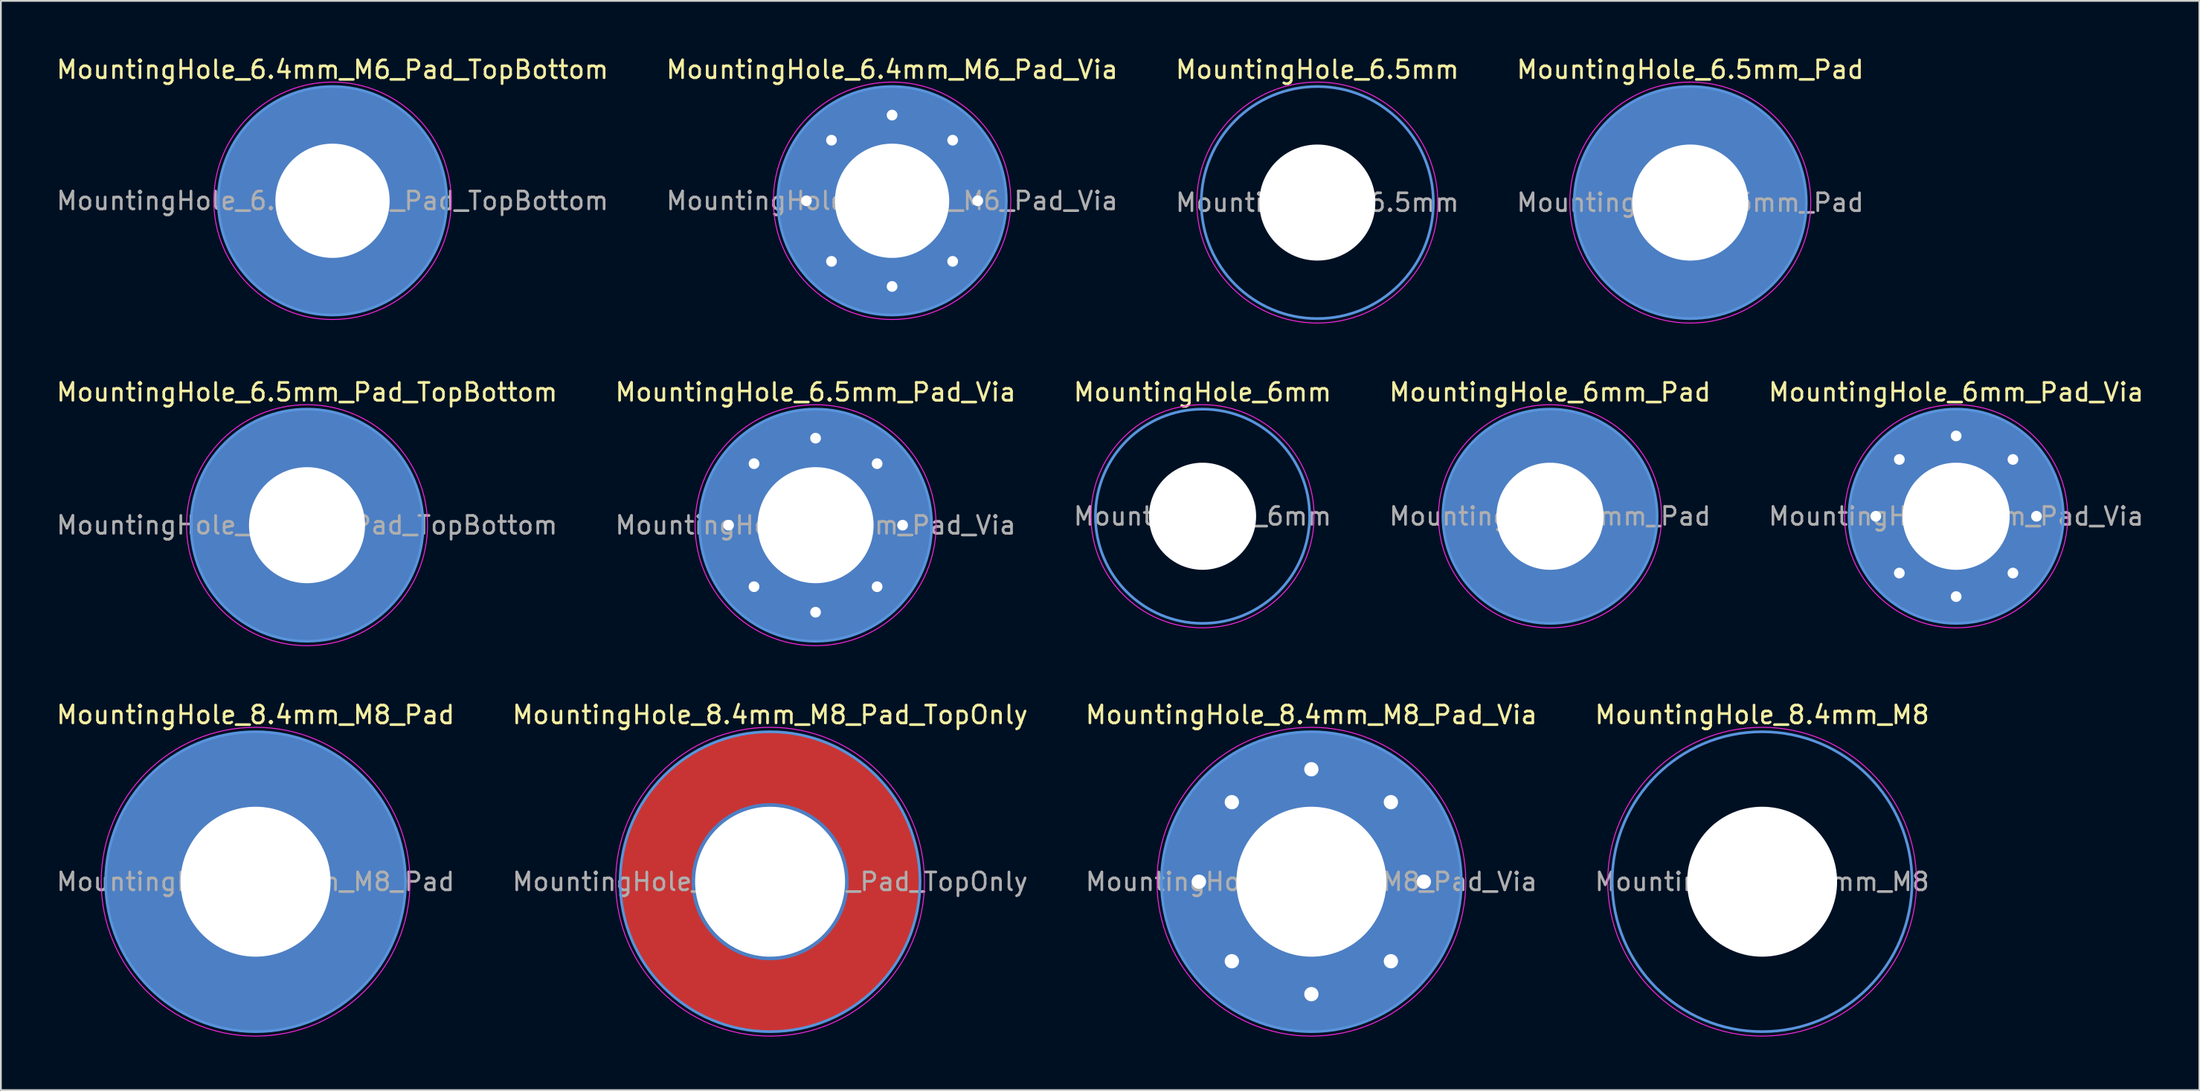
<source format=kicad_pcb>
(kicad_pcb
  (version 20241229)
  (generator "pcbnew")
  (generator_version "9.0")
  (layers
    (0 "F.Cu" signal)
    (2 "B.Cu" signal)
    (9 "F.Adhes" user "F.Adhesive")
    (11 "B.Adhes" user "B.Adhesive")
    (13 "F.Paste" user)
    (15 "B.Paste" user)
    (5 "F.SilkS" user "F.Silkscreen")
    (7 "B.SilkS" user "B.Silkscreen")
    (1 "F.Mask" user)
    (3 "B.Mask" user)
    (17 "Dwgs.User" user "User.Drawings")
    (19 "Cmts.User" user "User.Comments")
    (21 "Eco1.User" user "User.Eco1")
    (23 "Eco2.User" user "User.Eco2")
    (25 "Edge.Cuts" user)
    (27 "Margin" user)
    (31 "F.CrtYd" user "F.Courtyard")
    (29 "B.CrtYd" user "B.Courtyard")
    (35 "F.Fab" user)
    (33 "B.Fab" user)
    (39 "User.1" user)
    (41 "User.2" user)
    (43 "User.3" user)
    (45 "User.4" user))
  (footprint "MountingHole_6.5mm_Pad_TopBottom"
    (layer "F.Cu")
    (at 14.149 26.372)
    (property "Reference" "MountingHole_6.5mm_Pad_TopBottom" (at 0 -7.45 0) (layer "F.SilkS") (effects (font (size 1 1) (thickness 0.15))))
    (attr exclude_from_pos_files exclude_from_bom)
    (fp_circle (center 0 0) (end 6.5 0) (stroke (width 0.15) (type solid)) (fill no) (layer "Cmts.User"))
    (fp_circle (center 0 0) (end 6.75 0) (stroke (width 0.05) (type solid)) (fill no) (layer "F.CrtYd"))
    (fp_text user "${REFERENCE}" (at 0 0 0) (layer "F.Fab") (effects (font (size 1 1) (thickness 0.15))))
    (pad "1" thru_hole circle (at 0 0) (size 6.9 6.9) (drill 6.5) (layers "*.Cu" "*.Mask"))
    (pad "1" connect circle (at 0 0) (size 13 13) (layers "F.Cu" "F.Mask"))
    (pad "1" connect circle (at 0 0) (size 13 13) (layers "B.Cu" "B.Mask")))
  (footprint "MountingHole_6.5mm_Pad_Via"
    (layer "F.Cu")
    (at 42.637 26.372)
    (property "Reference" "MountingHole_6.5mm_Pad_Via" (at 0 -7.45 0) (layer "F.SilkS") (effects (font (size 1 1) (thickness 0.15))))
    (attr exclude_from_pos_files exclude_from_bom)
    (fp_circle (center 0 0) (end 6.5 0) (stroke (width 0.15) (type solid)) (fill no) (layer "Cmts.User"))
    (fp_circle (center 0 0) (end 6.75 0) (stroke (width 0.05) (type solid)) (fill no) (layer "F.CrtYd"))
    (fp_text user "${REFERENCE}" (at 0 0 0) (layer "F.Fab") (effects (font (size 1 1) (thickness 0.15))))
    (pad "1" thru_hole circle (at -4.875 0) (size 0.9 0.9) (drill 0.6) (layers "*.Cu" "*.Mask"))
    (pad "1" thru_hole circle (at -3.447 -3.447) (size 0.9 0.9) (drill 0.6) (layers "*.Cu" "*.Mask"))
    (pad "1" thru_hole circle (at -3.447 3.447) (size 0.9 0.9) (drill 0.6) (layers "*.Cu" "*.Mask"))
    (pad "1" thru_hole circle (at 0 -4.875) (size 0.9 0.9) (drill 0.6) (layers "*.Cu" "*.Mask"))
    (pad "1" thru_hole circle (at 0 0) (size 13 13) (drill 6.5) (layers "*.Cu" "*.Mask"))
    (pad "1" thru_hole circle (at 0 4.875) (size 0.9 0.9) (drill 0.6) (layers "*.Cu" "*.Mask"))
    (pad "1" thru_hole circle (at 3.447 -3.447) (size 0.9 0.9) (drill 0.6) (layers "*.Cu" "*.Mask"))
    (pad "1" thru_hole circle (at 3.447 3.447) (size 0.9 0.9) (drill 0.6) (layers "*.Cu" "*.Mask"))
    (pad "1" thru_hole circle (at 4.875 0) (size 0.9 0.9) (drill 0.6) (layers "*.Cu" "*.Mask")))
  (footprint "MountingHole_6mm_Pad_Via"
    (layer "F.Cu")
    (at 106.53 25.872)
    (property "Reference" "MountingHole_6mm_Pad_Via" (at 0 -6.95 0) (layer "F.SilkS") (effects (font (size 1 1) (thickness 0.15))))
    (attr exclude_from_pos_files exclude_from_bom)
    (fp_circle (center 0 0) (end 6 0) (stroke (width 0.15) (type solid)) (fill no) (layer "Cmts.User"))
    (fp_circle (center 0 0) (end 6.25 0) (stroke (width 0.05) (type solid)) (fill no) (layer "F.CrtYd"))
    (fp_text user "${REFERENCE}" (at 0 0 0) (layer "F.Fab") (effects (font (size 1 1) (thickness 0.15))))
    (pad "1" thru_hole circle (at -4.5 0) (size 0.9 0.9) (drill 0.6) (layers "*.Cu" "*.Mask"))
    (pad "1" thru_hole circle (at -3.182 -3.182) (size 0.9 0.9) (drill 0.6) (layers "*.Cu" "*.Mask"))
    (pad "1" thru_hole circle (at -3.182 3.182) (size 0.9 0.9) (drill 0.6) (layers "*.Cu" "*.Mask"))
    (pad "1" thru_hole circle (at 0 -4.5) (size 0.9 0.9) (drill 0.6) (layers "*.Cu" "*.Mask"))
    (pad "1" thru_hole circle (at 0 0) (size 12 12) (drill 6) (layers "*.Cu" "*.Mask"))
    (pad "1" thru_hole circle (at 0 4.5) (size 0.9 0.9) (drill 0.6) (layers "*.Cu" "*.Mask"))
    (pad "1" thru_hole circle (at 3.182 -3.182) (size 0.9 0.9) (drill 0.6) (layers "*.Cu" "*.Mask"))
    (pad "1" thru_hole circle (at 3.182 3.182) (size 0.9 0.9) (drill 0.6) (layers "*.Cu" "*.Mask"))
    (pad "1" thru_hole circle (at 4.5 0) (size 0.9 0.9) (drill 0.6) (layers "*.Cu" "*.Mask")))
  (footprint "MountingHole_6.4mm_M6_Pad_Via"
    (layer "F.Cu")
    (at 46.923 8.198)
    (property "Reference" "MountingHole_6.4mm_M6_Pad_Via" (at 0 -7.35 0) (layer "F.SilkS") (effects (font (size 1 1) (thickness 0.15))))
    (attr exclude_from_pos_files exclude_from_bom)
    (fp_circle (center 0 0) (end 6.4 0) (stroke (width 0.15) (type solid)) (fill no) (layer "Cmts.User"))
    (fp_circle (center 0 0) (end 6.65 0) (stroke (width 0.05) (type solid)) (fill no) (layer "F.CrtYd"))
    (fp_text user "${REFERENCE}" (at 0 0 0) (layer "F.Fab") (effects (font (size 1 1) (thickness 0.15))))
    (pad "1" thru_hole circle (at -4.8 0) (size 0.9 0.9) (drill 0.6) (layers "*.Cu" "*.Mask"))
    (pad "1" thru_hole circle (at -3.394 -3.394) (size 0.9 0.9) (drill 0.6) (layers "*.Cu" "*.Mask"))
    (pad "1" thru_hole circle (at -3.394 3.394) (size 0.9 0.9) (drill 0.6) (layers "*.Cu" "*.Mask"))
    (pad "1" thru_hole circle (at 0 -4.8) (size 0.9 0.9) (drill 0.6) (layers "*.Cu" "*.Mask"))
    (pad "1" thru_hole circle (at 0 0) (size 12.8 12.8) (drill 6.4) (layers "*.Cu" "*.Mask"))
    (pad "1" thru_hole circle (at 0 4.8) (size 0.9 0.9) (drill 0.6) (layers "*.Cu" "*.Mask"))
    (pad "1" thru_hole circle (at 3.394 -3.394) (size 0.9 0.9) (drill 0.6) (layers "*.Cu" "*.Mask"))
    (pad "1" thru_hole circle (at 3.394 3.394) (size 0.9 0.9) (drill 0.6) (layers "*.Cu" "*.Mask"))
    (pad "1" thru_hole circle (at 4.8 0) (size 0.9 0.9) (drill 0.6) (layers "*.Cu" "*.Mask")))
  (footprint "MountingHole_8.4mm_M8_Pad"
    (layer "F.Cu")
    (at 11.268 46.345)
    (property "Reference" "MountingHole_8.4mm_M8_Pad" (at 0 -9.35 0) (layer "F.SilkS") (effects (font (size 1 1) (thickness 0.15))))
    (attr exclude_from_pos_files exclude_from_bom)
    (fp_circle (center 0 0) (end 8.4 0) (stroke (width 0.15) (type solid)) (fill no) (layer "Cmts.User"))
    (fp_circle (center 0 0) (end 8.65 0) (stroke (width 0.05) (type solid)) (fill no) (layer "F.CrtYd"))
    (fp_text user "${REFERENCE}" (at 0 0 0) (layer "F.Fab") (effects (font (size 1 1) (thickness 0.15))))
    (pad "1" thru_hole circle (at 0 0) (size 16.8 16.8) (drill 8.4) (layers "*.Cu" "*.Mask")))
  (footprint "MountingHole_8.4mm_M8_Pad_TopOnly"
    (layer "F.Cu")
    (at 40.089 46.345)
    (property "Reference" "MountingHole_8.4mm_M8_Pad_TopOnly" (at 0 -9.35 0) (layer "F.SilkS") (effects (font (size 1 1) (thickness 0.15))))
    (attr exclude_from_pos_files exclude_from_bom)
    (fp_circle (center 0 0) (end 8.4 0) (stroke (width 0.15) (type solid)) (fill no) (layer "Cmts.User"))
    (fp_circle (center 0 0) (end 8.65 0) (stroke (width 0.05) (type solid)) (fill no) (layer "F.CrtYd"))
    (fp_text user "${REFERENCE}" (at 0 0 0) (layer "F.Fab") (effects (font (size 1 1) (thickness 0.15))))
    (pad "1" thru_hole circle (at 0 0) (size 8.8 8.8) (drill 8.4) (layers "*.Cu" "*.Mask"))
    (pad "1" connect circle (at 0 0) (size 16.8 16.8) (layers "F.Cu" "F.Mask")))
  (footprint "MountingHole_6mm_Pad"
    (layer "F.Cu")
    (at 83.78 25.872)
    (property "Reference" "MountingHole_6mm_Pad" (at 0 -6.95 0) (layer "F.SilkS") (effects (font (size 1 1) (thickness 0.15))))
    (attr exclude_from_pos_files exclude_from_bom)
    (fp_circle (center 0 0) (end 6 0) (stroke (width 0.15) (type solid)) (fill no) (layer "Cmts.User"))
    (fp_circle (center 0 0) (end 6.25 0) (stroke (width 0.05) (type solid)) (fill no) (layer "F.CrtYd"))
    (fp_text user "${REFERENCE}" (at 0 0 0) (layer "F.Fab") (effects (font (size 1 1) (thickness 0.15))))
    (pad "1" thru_hole circle (at 0 0) (size 12 12) (drill 6) (layers "*.Cu" "*.Mask")))
  (footprint "MountingHole_8.4mm_M8_Pad_Via"
    (layer "F.Cu")
    (at 70.411 46.345)
    (property "Reference" "MountingHole_8.4mm_M8_Pad_Via" (at 0 -9.35 0) (layer "F.SilkS") (effects (font (size 1 1) (thickness 0.15))))
    (attr exclude_from_pos_files exclude_from_bom)
    (fp_circle (center 0 0) (end 8.4 0) (stroke (width 0.15) (type solid)) (fill no) (layer "Cmts.User"))
    (fp_circle (center 0 0) (end 8.65 0) (stroke (width 0.05) (type solid)) (fill no) (layer "F.CrtYd"))
    (fp_text user "${REFERENCE}" (at 0 0 0) (layer "F.Fab") (effects (font (size 1 1) (thickness 0.15))))
    (pad "1" thru_hole circle (at -6.3 0) (size 1.1 1.1) (drill 0.8) (layers "*.Cu" "*.Mask"))
    (pad "1" thru_hole circle (at -4.455 -4.455) (size 1.1 1.1) (drill 0.8) (layers "*.Cu" "*.Mask"))
    (pad "1" thru_hole circle (at -4.455 4.455) (size 1.1 1.1) (drill 0.8) (layers "*.Cu" "*.Mask"))
    (pad "1" thru_hole circle (at 0 -6.3) (size 1.1 1.1) (drill 0.8) (layers "*.Cu" "*.Mask"))
    (pad "1" thru_hole circle (at 0 0) (size 16.8 16.8) (drill 8.4) (layers "*.Cu" "*.Mask"))
    (pad "1" thru_hole circle (at 0 6.3) (size 1.1 1.1) (drill 0.8) (layers "*.Cu" "*.Mask"))
    (pad "1" thru_hole circle (at 4.455 -4.455) (size 1.1 1.1) (drill 0.8) (layers "*.Cu" "*.Mask"))
    (pad "1" thru_hole circle (at 4.455 4.455) (size 1.1 1.1) (drill 0.8) (layers "*.Cu" "*.Mask"))
    (pad "1" thru_hole circle (at 6.3 0) (size 1.1 1.1) (drill 0.8) (layers "*.Cu" "*.Mask")))
  (footprint "MountingHole_6.4mm_M6_Pad_TopBottom"
    (layer "F.Cu")
    (at 15.577 8.198)
    (property "Reference" "MountingHole_6.4mm_M6_Pad_TopBottom" (at 0 -7.35 0) (layer "F.SilkS") (effects (font (size 1 1) (thickness 0.15))))
    (attr exclude_from_pos_files exclude_from_bom)
    (fp_circle (center 0 0) (end 6.4 0) (stroke (width 0.15) (type solid)) (fill no) (layer "Cmts.User"))
    (fp_circle (center 0 0) (end 6.65 0) (stroke (width 0.05) (type solid)) (fill no) (layer "F.CrtYd"))
    (fp_text user "${REFERENCE}" (at 0 0 0) (layer "F.Fab") (effects (font (size 1 1) (thickness 0.15))))
    (pad "1" thru_hole circle (at 0 0) (size 6.8 6.8) (drill 6.4) (layers "*.Cu" "*.Mask"))
    (pad "1" connect circle (at 0 0) (size 12.8 12.8) (layers "F.Cu" "F.Mask"))
    (pad "1" connect circle (at 0 0) (size 12.8 12.8) (layers "B.Cu" "B.Mask")))
  (footprint "MountingHole_8.4mm_M8"
    (layer "F.Cu")
    (at 95.661 46.345)
    (property "Reference" "MountingHole_8.4mm_M8" (at 0 -9.35 0) (layer "F.SilkS") (effects (font (size 1 1) (thickness 0.15))))
    (attr exclude_from_pos_files exclude_from_bom)
    (fp_circle (center 0 0) (end 8.4 0) (stroke (width 0.15) (type solid)) (fill no) (layer "Cmts.User"))
    (fp_circle (center 0 0) (end 8.65 0) (stroke (width 0.05) (type solid)) (fill no) (layer "F.CrtYd"))
    (fp_text user "${REFERENCE}" (at 0 0 0) (layer "F.Fab") (effects (font (size 1 1) (thickness 0.15))))
    (pad "" np_thru_hole circle (at 0 0) (size 8.4 8.4) (drill 8.4) (layers "*.Cu" "*.Mask")))
  (footprint "MountingHole_6mm"
    (layer "F.Cu")
    (at 64.315 25.872)
    (property "Reference" "MountingHole_6mm" (at 0 -6.95 0) (layer "F.SilkS") (effects (font (size 1 1) (thickness 0.15))))
    (attr exclude_from_pos_files exclude_from_bom)
    (fp_circle (center 0 0) (end 6 0) (stroke (width 0.15) (type solid)) (fill no) (layer "Cmts.User"))
    (fp_circle (center 0 0) (end 6.25 0) (stroke (width 0.05) (type solid)) (fill no) (layer "F.CrtYd"))
    (fp_text user "${REFERENCE}" (at 0 0 0) (layer "F.Fab") (effects (font (size 1 1) (thickness 0.15))))
    (pad "" np_thru_hole circle (at 0 0) (size 6 6) (drill 6) (layers "*.Cu" "*.Mask")))
  (footprint "MountingHole_6.5mm"
    (layer "F.Cu")
    (at 70.744 8.298)
    (property "Reference" "MountingHole_6.5mm" (at 0 -7.45 0) (layer "F.SilkS") (effects (font (size 1 1) (thickness 0.15))))
    (attr exclude_from_pos_files exclude_from_bom)
    (fp_circle (center 0 0) (end 6.5 0) (stroke (width 0.15) (type solid)) (fill no) (layer "Cmts.User"))
    (fp_circle (center 0 0) (end 6.75 0) (stroke (width 0.05) (type solid)) (fill no) (layer "F.CrtYd"))
    (fp_text user "${REFERENCE}" (at 0 0 0) (layer "F.Fab") (effects (font (size 1 1) (thickness 0.15))))
    (pad "" np_thru_hole circle (at 0 0) (size 6.5 6.5) (drill 6.5) (layers "*.Cu" "*.Mask")))
  (footprint "MountingHole_6.5mm_Pad"
    (layer "F.Cu")
    (at 91.637 8.298)
    (property "Reference" "MountingHole_6.5mm_Pad" (at 0 -7.45 0) (layer "F.SilkS") (effects (font (size 1 1) (thickness 0.15))))
    (attr exclude_from_pos_files exclude_from_bom)
    (fp_circle (center 0 0) (end 6.5 0) (stroke (width 0.15) (type solid)) (fill no) (layer "Cmts.User"))
    (fp_circle (center 0 0) (end 6.75 0) (stroke (width 0.05) (type solid)) (fill no) (layer "F.CrtYd"))
    (fp_text user "${REFERENCE}" (at 0 0 0) (layer "F.Fab") (effects (font (size 1 1) (thickness 0.15))))
    (pad "1" thru_hole circle (at 0 0) (size 13 13) (drill 6.5) (layers "*.Cu" "*.Mask")))
  (gr_rect
    (start -3 -3)
    (end 120.155 58.02)
    (stroke (width 0.1) (type default))
    (fill no)
    (layer "Edge.Cuts")))
</source>
